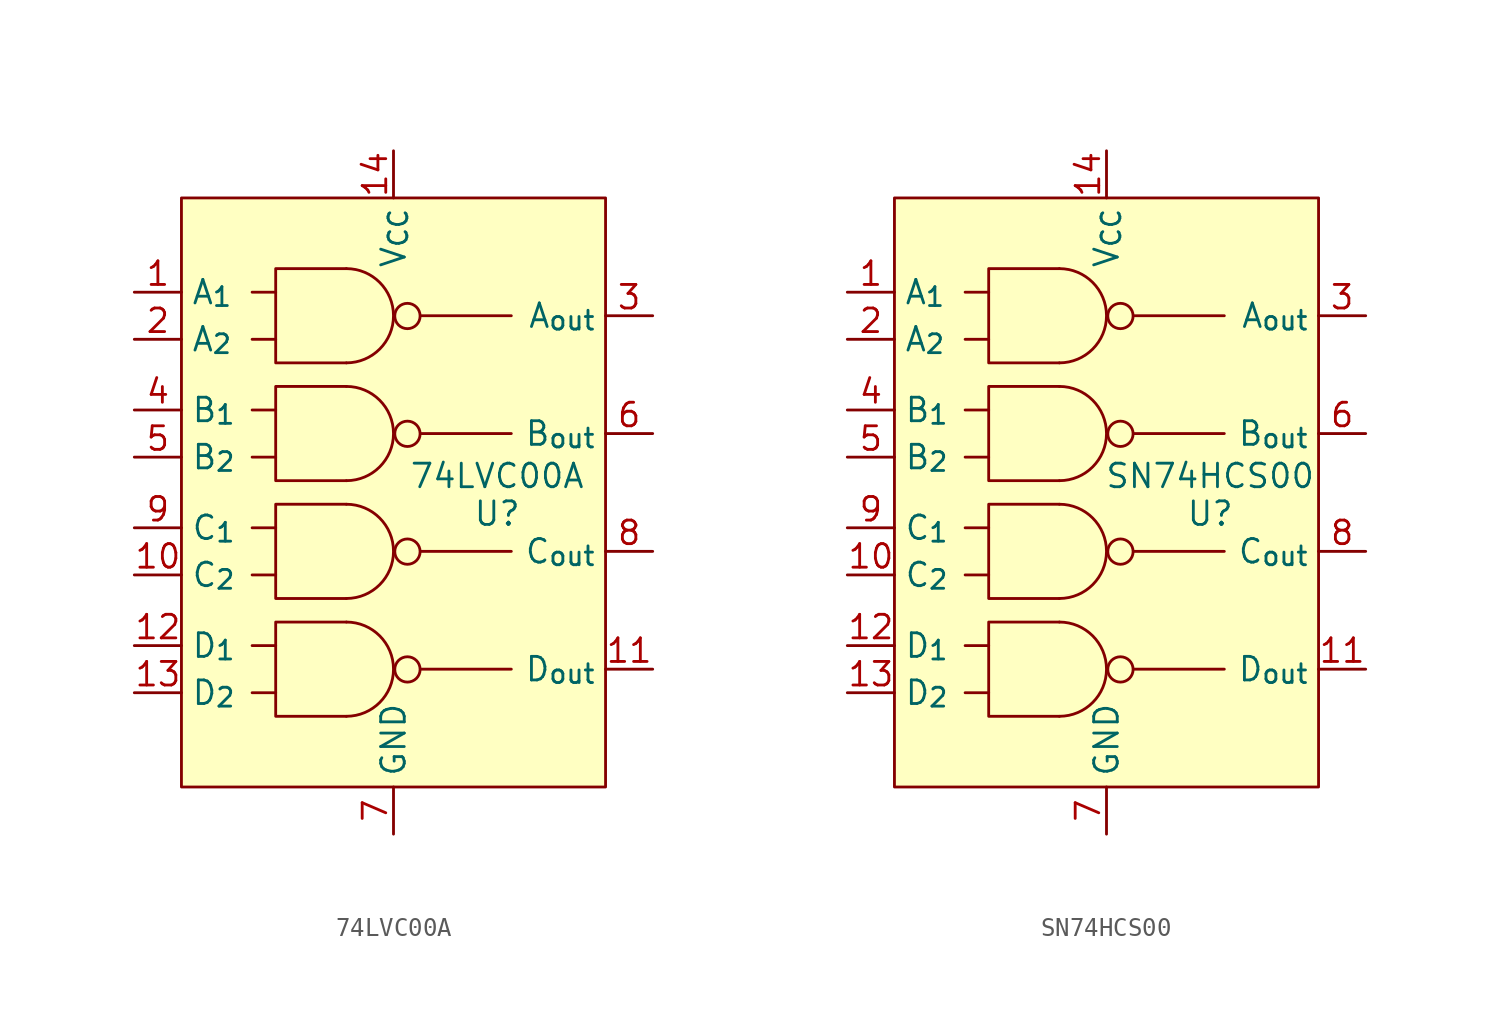
<source format=kicad_sym>
(kicad_symbol_lib
  (version 20231120)
  (generator "kicad_symbol_editor")
  (generator_version "8.0")
  (symbol "74LVC00A"
    (property "Reference" "U"
      (at 5.588 -1.778 0)
      (effects (font (size 1.27 1.27))))
    (property "Value" "74LVC00A"
      (at 5.588 0.254 0)
      (effects (font (size 1.27 1.27))))
    (symbol "74LVC00A_0_1"
      (polyline (pts (xy -2.54 -7.62) (xy -6.35 -7.62) (xy -6.35 -12.7) (xy -2.54 -12.7)) (stroke (width 0) (type default)) (fill (type none)))
      (polyline (pts (xy -2.54 -1.27) (xy -6.35 -1.27) (xy -6.35 -6.35) (xy -2.54 -6.35)) (stroke (width 0) (type default)) (fill (type none)))
      (polyline (pts (xy -2.54 5.08) (xy -6.35 5.08) (xy -6.35 0) (xy -2.54 0)) (stroke (width 0) (type default)) (fill (type none)))
      (polyline (pts (xy -2.54 11.43) (xy -6.35 11.43) (xy -6.35 6.35) (xy -2.54 6.35)) (stroke (width 0) (type default)) (fill (type none)))
      (circle (center 0.751 -10.174) (radius 0.683) (stroke (width 0) (type default)) (fill (type none)))
      (circle (center 0.751 -3.824) (radius 0.683) (stroke (width 0) (type default)) (fill (type none)))
      (circle (center 0.751 2.526) (radius 0.683) (stroke (width 0) (type default)) (fill (type none)))
      (circle (center 0.751 8.876) (radius 0.683) (stroke (width 0) (type default)) (fill (type none))))
    (symbol "74LVC00A_1_1"
      (rectangle (start -11.43 15.24) (end 11.43 -16.51) (stroke (width 0) (type default)) (fill (type background)))
      (arc (start -2.54 -12.7) (mid 0 -10.16) (end -2.54 -7.62) (stroke (width 0) (type default)) (fill (type none)))
      (arc (start -2.54 -6.35) (mid 0 -3.81) (end -2.54 -1.27) (stroke (width 0) (type default)) (fill (type none)))
      (arc (start -2.54 0) (mid 0 2.54) (end -2.54 5.08) (stroke (width 0) (type default)) (fill (type none)))
      (arc (start -2.54 6.35) (mid 0 8.89) (end -2.54 11.43) (stroke (width 0) (type default)) (fill (type none)))
      (polyline (pts (xy -7.62 -11.43) (xy -6.35 -11.43)) (stroke (width 0) (type default)) (fill (type none)))
      (polyline (pts (xy -7.62 -8.89) (xy -6.35 -8.89)) (stroke (width 0) (type default)) (fill (type none)))
      (polyline (pts (xy -7.62 -5.08) (xy -6.35 -5.08)) (stroke (width 0) (type default)) (fill (type none)))
      (polyline (pts (xy -7.62 -2.54) (xy -6.35 -2.54)) (stroke (width 0) (type default)) (fill (type none)))
      (polyline (pts (xy -7.62 1.27) (xy -6.35 1.27)) (stroke (width 0) (type default)) (fill (type none)))
      (polyline (pts (xy -7.62 3.81) (xy -6.35 3.81)) (stroke (width 0) (type default)) (fill (type none)))
      (polyline (pts (xy -7.62 7.62) (xy -6.35 7.62)) (stroke (width 0) (type default)) (fill (type none)))
      (polyline (pts (xy -7.62 10.16) (xy -6.35 10.16)) (stroke (width 0) (type default)) (fill (type none)))
      (polyline (pts (xy 1.48 -10.16) (xy 6.35 -10.16)) (stroke (width 0) (type default)) (fill (type none)))
      (polyline (pts (xy 1.48 -3.81) (xy 6.35 -3.81)) (stroke (width 0) (type default)) (fill (type none)))
      (polyline (pts (xy 1.48 2.54) (xy 6.35 2.54)) (stroke (width 0) (type default)) (fill (type none)))
      (polyline (pts (xy 1.48 8.89) (xy 6.35 8.89)) (stroke (width 0) (type default)) (fill (type none)))
      (pin input line (at -13.97 10.16 0) (length 2.54) (name "A_{1}" (effects (font (size 1.27 1.27)))) (number "1" (effects (font (size 1.27 1.27)))))
      (pin input line (at -13.97 -5.08 0) (length 2.54) (name "C_{2}" (effects (font (size 1.27 1.27)))) (number "10" (effects (font (size 1.27 1.27)))))
      (pin output line (at 13.97 -10.16 180) (length 2.54) (name "D_{out}" (effects (font (size 1.27 1.27)))) (number "11" (effects (font (size 1.27 1.27)))))
      (pin input line (at -13.97 -8.89 0) (length 2.54) (name "D_{1}" (effects (font (size 1.27 1.27)))) (number "12" (effects (font (size 1.27 1.27)))))
      (pin input line (at -13.97 -11.43 0) (length 2.54) (name "D_{2}" (effects (font (size 1.27 1.27)))) (number "13" (effects (font (size 1.27 1.27)))))
      (pin power_in line (at 0 17.78 270) (length 2.54) (name "V_{CC}" (effects (font (size 1.27 1.27)))) (number "14" (effects (font (size 1.27 1.27)))))
      (pin input line (at -13.97 7.62 0) (length 2.54) (name "A_{2}" (effects (font (size 1.27 1.27)))) (number "2" (effects (font (size 1.27 1.27)))))
      (pin output line (at 13.97 8.89 180) (length 2.54) (name "A_{out}" (effects (font (size 1.27 1.27)))) (number "3" (effects (font (size 1.27 1.27)))))
      (pin input line (at -13.97 3.81 0) (length 2.54) (name "B_{1}" (effects (font (size 1.27 1.27)))) (number "4" (effects (font (size 1.27 1.27)))))
      (pin input line (at -13.97 1.27 0) (length 2.54) (name "B_{2}" (effects (font (size 1.27 1.27)))) (number "5" (effects (font (size 1.27 1.27)))))
      (pin output line (at 13.97 2.54 180) (length 2.54) (name "B_{out}" (effects (font (size 1.27 1.27)))) (number "6" (effects (font (size 1.27 1.27)))))
      (pin power_in line (at 0 -19.05 90) (length 2.54) (name "GND" (effects (font (size 1.27 1.27)))) (number "7" (effects (font (size 1.27 1.27)))))
      (pin output line (at 13.97 -3.81 180) (length 2.54) (name "C_{out}" (effects (font (size 1.27 1.27)))) (number "8" (effects (font (size 1.27 1.27)))))
      (pin input line (at -13.97 -2.54 0) (length 2.54) (name "C_{1}" (effects (font (size 1.27 1.27)))) (number "9" (effects (font (size 1.27 1.27)))))))
  (symbol "SN74HCS00"
    (property "Reference" "U"
      (at 5.588 -1.778 0)
      (effects (font (size 1.27 1.27))))
    (property "Value" "SN74HCS00"
      (at 5.588 0.254 0)
      (effects (font (size 1.27 1.27))))
    (symbol "SN74HCS00_0_1"
      (polyline (pts (xy -2.54 -7.62) (xy -6.35 -7.62) (xy -6.35 -12.7) (xy -2.54 -12.7)) (stroke (width 0) (type default)) (fill (type none)))
      (polyline (pts (xy -2.54 -1.27) (xy -6.35 -1.27) (xy -6.35 -6.35) (xy -2.54 -6.35)) (stroke (width 0) (type default)) (fill (type none)))
      (polyline (pts (xy -2.54 5.08) (xy -6.35 5.08) (xy -6.35 0) (xy -2.54 0)) (stroke (width 0) (type default)) (fill (type none)))
      (polyline (pts (xy -2.54 11.43) (xy -6.35 11.43) (xy -6.35 6.35) (xy -2.54 6.35)) (stroke (width 0) (type default)) (fill (type none)))
      (circle (center 0.751 -10.174) (radius 0.683) (stroke (width 0) (type default)) (fill (type none)))
      (circle (center 0.751 -3.824) (radius 0.683) (stroke (width 0) (type default)) (fill (type none)))
      (circle (center 0.751 2.526) (radius 0.683) (stroke (width 0) (type default)) (fill (type none)))
      (circle (center 0.751 8.876) (radius 0.683) (stroke (width 0) (type default)) (fill (type none))))
    (symbol "SN74HCS00_1_1"
      (rectangle (start -11.43 15.24) (end 11.43 -16.51) (stroke (width 0) (type default)) (fill (type background)))
      (arc (start -2.54 -12.7) (mid 0 -10.16) (end -2.54 -7.62) (stroke (width 0) (type default)) (fill (type none)))
      (arc (start -2.54 -6.35) (mid 0 -3.81) (end -2.54 -1.27) (stroke (width 0) (type default)) (fill (type none)))
      (arc (start -2.54 0) (mid 0 2.54) (end -2.54 5.08) (stroke (width 0) (type default)) (fill (type none)))
      (arc (start -2.54 6.35) (mid 0 8.89) (end -2.54 11.43) (stroke (width 0) (type default)) (fill (type none)))
      (polyline (pts (xy -7.62 -11.43) (xy -6.35 -11.43)) (stroke (width 0) (type default)) (fill (type none)))
      (polyline (pts (xy -7.62 -8.89) (xy -6.35 -8.89)) (stroke (width 0) (type default)) (fill (type none)))
      (polyline (pts (xy -7.62 -5.08) (xy -6.35 -5.08)) (stroke (width 0) (type default)) (fill (type none)))
      (polyline (pts (xy -7.62 -2.54) (xy -6.35 -2.54)) (stroke (width 0) (type default)) (fill (type none)))
      (polyline (pts (xy -7.62 1.27) (xy -6.35 1.27)) (stroke (width 0) (type default)) (fill (type none)))
      (polyline (pts (xy -7.62 3.81) (xy -6.35 3.81)) (stroke (width 0) (type default)) (fill (type none)))
      (polyline (pts (xy -7.62 7.62) (xy -6.35 7.62)) (stroke (width 0) (type default)) (fill (type none)))
      (polyline (pts (xy -7.62 10.16) (xy -6.35 10.16)) (stroke (width 0) (type default)) (fill (type none)))
      (polyline (pts (xy 1.48 -10.16) (xy 6.35 -10.16)) (stroke (width 0) (type default)) (fill (type none)))
      (polyline (pts (xy 1.48 -3.81) (xy 6.35 -3.81)) (stroke (width 0) (type default)) (fill (type none)))
      (polyline (pts (xy 1.48 2.54) (xy 6.35 2.54)) (stroke (width 0) (type default)) (fill (type none)))
      (polyline (pts (xy 1.48 8.89) (xy 6.35 8.89)) (stroke (width 0) (type default)) (fill (type none)))
      (pin input line (at -13.97 10.16 0) (length 2.54) (name "A_{1}" (effects (font (size 1.27 1.27)))) (number "1" (effects (font (size 1.27 1.27)))))
      (pin input line (at -13.97 -5.08 0) (length 2.54) (name "C_{2}" (effects (font (size 1.27 1.27)))) (number "10" (effects (font (size 1.27 1.27)))))
      (pin output line (at 13.97 -10.16 180) (length 2.54) (name "D_{out}" (effects (font (size 1.27 1.27)))) (number "11" (effects (font (size 1.27 1.27)))))
      (pin input line (at -13.97 -8.89 0) (length 2.54) (name "D_{1}" (effects (font (size 1.27 1.27)))) (number "12" (effects (font (size 1.27 1.27)))))
      (pin input line (at -13.97 -11.43 0) (length 2.54) (name "D_{2}" (effects (font (size 1.27 1.27)))) (number "13" (effects (font (size 1.27 1.27)))))
      (pin power_in line (at 0 17.78 270) (length 2.54) (name "V_{CC}" (effects (font (size 1.27 1.27)))) (number "14" (effects (font (size 1.27 1.27)))))
      (pin input line (at -13.97 7.62 0) (length 2.54) (name "A_{2}" (effects (font (size 1.27 1.27)))) (number "2" (effects (font (size 1.27 1.27)))))
      (pin output line (at 13.97 8.89 180) (length 2.54) (name "A_{out}" (effects (font (size 1.27 1.27)))) (number "3" (effects (font (size 1.27 1.27)))))
      (pin input line (at -13.97 3.81 0) (length 2.54) (name "B_{1}" (effects (font (size 1.27 1.27)))) (number "4" (effects (font (size 1.27 1.27)))))
      (pin input line (at -13.97 1.27 0) (length 2.54) (name "B_{2}" (effects (font (size 1.27 1.27)))) (number "5" (effects (font (size 1.27 1.27)))))
      (pin output line (at 13.97 2.54 180) (length 2.54) (name "B_{out}" (effects (font (size 1.27 1.27)))) (number "6" (effects (font (size 1.27 1.27)))))
      (pin power_in line (at 0 -19.05 90) (length 2.54) (name "GND" (effects (font (size 1.27 1.27)))) (number "7" (effects (font (size 1.27 1.27)))))
      (pin output line (at 13.97 -3.81 180) (length 2.54) (name "C_{out}" (effects (font (size 1.27 1.27)))) (number "8" (effects (font (size 1.27 1.27)))))
      (pin input line (at -13.97 -2.54 0) (length 2.54) (name "C_{1}" (effects (font (size 1.27 1.27)))) (number "9" (effects (font (size 1.27 1.27))))))))
</source>
